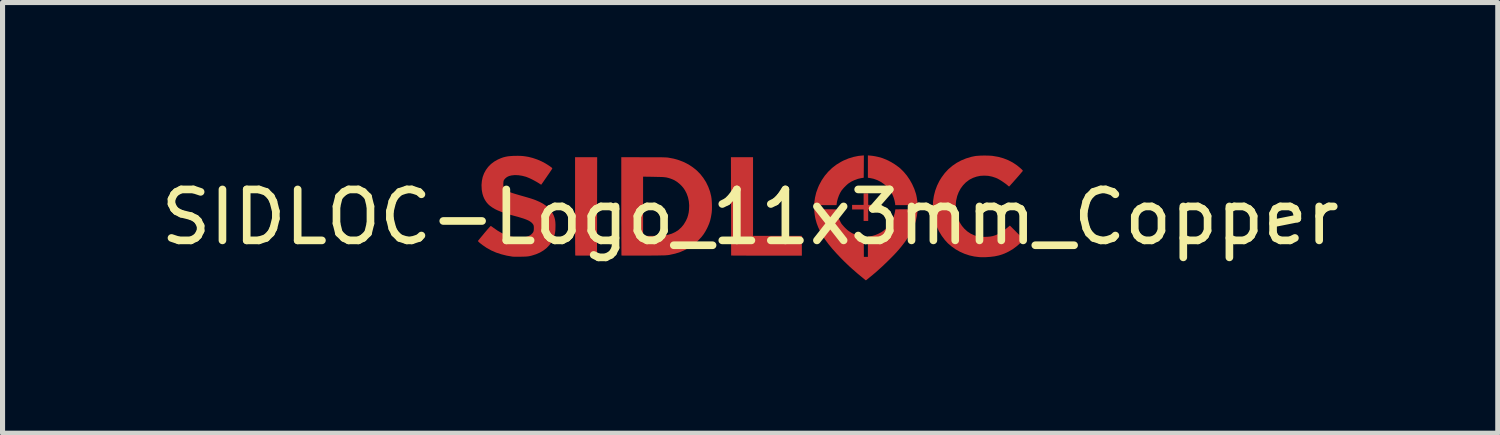
<source format=kicad_pcb>
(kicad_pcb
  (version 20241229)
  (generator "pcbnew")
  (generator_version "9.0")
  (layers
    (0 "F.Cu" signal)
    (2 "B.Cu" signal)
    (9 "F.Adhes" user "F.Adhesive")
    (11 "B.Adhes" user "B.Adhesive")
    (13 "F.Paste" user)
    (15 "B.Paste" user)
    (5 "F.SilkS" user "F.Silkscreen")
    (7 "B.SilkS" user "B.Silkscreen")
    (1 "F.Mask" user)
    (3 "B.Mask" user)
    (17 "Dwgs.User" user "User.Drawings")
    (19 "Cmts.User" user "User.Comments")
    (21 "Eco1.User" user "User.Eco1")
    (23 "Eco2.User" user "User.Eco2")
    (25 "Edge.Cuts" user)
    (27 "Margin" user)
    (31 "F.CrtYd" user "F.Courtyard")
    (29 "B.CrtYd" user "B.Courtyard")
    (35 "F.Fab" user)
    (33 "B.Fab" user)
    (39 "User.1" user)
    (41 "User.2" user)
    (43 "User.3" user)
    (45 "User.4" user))
  (footprint "SIDLOC-Logo_11x3mm_Copper"
    (layer "F.Cu")
    (at 11.673 1.213)
    (property "Reference" "SIDLOC-Logo_11x3mm_Copper" (at 0 0 0) (layer "F.SilkS") (effects (font (size 1 1) (thickness 0.15))))
    (attr exclude_from_pos_files exclude_from_bom)
    (fp_poly (pts (xy 2.316 -0.242) (xy 2.535 -0.242) (xy 2.535 -0.152) (xy 2.316 -0.152) (xy 2.316 0.073) (xy 2.226 0.073) (xy 2.226 -0.152) (xy 2 -0.152) (xy 2 -0.242) (xy 2.226 -0.242) (xy 2.226 -0.468) (xy 2.316 -0.468)) (stroke (width 0) (type solid)) (fill yes) (layer "F.Cu"))
    (fp_poly (pts (xy 0.056 0.366) (xy 1.014 0.366) (xy 1.014 0.755) (xy 0.322 0.755) (xy 0.235 0.755) (xy 0.15 0.755) (xy 0.07 0.755) (xy -0.006 0.755) (xy -0.077 0.754) (xy -0.142 0.754) (xy -0.2 0.754) (xy -0.251 0.753) (xy -0.294 0.753) (xy -0.329 0.753) (xy -0.354 0.752) (xy -0.369 0.752) (xy -0.374 0.751) (xy -0.378 -1.178) (xy 0.056 -1.178)) (stroke (width 0) (type solid)) (fill yes) (layer "F.Cu"))
    (fp_poly (pts (xy -3.005 -0.213) (xy -3.006 0.752) (xy -3.218 0.754) (xy -3.265 0.754) (xy -3.31 0.754) (xy -3.349 0.754) (xy -3.382 0.753) (xy -3.408 0.753) (xy -3.426 0.752) (xy -3.433 0.751) (xy -3.433 0.751) (xy -3.434 0.745) (xy -3.434 0.729) (xy -3.434 0.702) (xy -3.435 0.666) (xy -3.435 0.62) (xy -3.435 0.567) (xy -3.436 0.505) (xy -3.436 0.437) (xy -3.436 0.362) (xy -3.436 0.28) (xy -3.437 0.194) (xy -3.437 0.102) (xy -3.437 0.006) (xy -3.437 -0.093) (xy -3.437 -0.196) (xy -3.437 -0.215) (xy -3.437 -1.178) (xy -3.003 -1.178)) (stroke (width 0) (type solid)) (fill yes) (layer "F.Cu"))
    (fp_poly (pts (xy 2.23 -0.994) (xy 2.228 -0.775) (xy 2.183 -0.768) (xy 2.115 -0.753) (xy 2.049 -0.729) (xy 1.987 -0.7) (xy 1.932 -0.665) (xy 1.929 -0.663) (xy 1.905 -0.643) (xy 1.877 -0.617) (xy 1.848 -0.588) (xy 1.822 -0.559) (xy 1.8 -0.533) (xy 1.792 -0.522) (xy 1.765 -0.477) (xy 1.741 -0.425) (xy 1.721 -0.37) (xy 1.706 -0.316) (xy 1.698 -0.269) (xy 1.694 -0.237) (xy 1.255 -0.237) (xy 1.258 -0.284) (xy 1.272 -0.383) (xy 1.295 -0.481) (xy 1.33 -0.578) (xy 1.353 -0.631) (xy 1.404 -0.726) (xy 1.464 -0.814) (xy 1.532 -0.894) (xy 1.608 -0.967) (xy 1.691 -1.031) (xy 1.781 -1.086) (xy 1.831 -1.112) (xy 1.929 -1.153) (xy 2.026 -1.183) (xy 2.124 -1.203) (xy 2.182 -1.209) (xy 2.231 -1.213)) (stroke (width 0) (type solid)) (fill yes) (layer "F.Cu"))
    (fp_poly (pts (xy 2.359 -1.209) (xy 2.404 -1.204) (xy 2.453 -1.196) (xy 2.505 -1.185) (xy 2.554 -1.173) (xy 2.595 -1.16) (xy 2.675 -1.128) (xy 2.755 -1.088) (xy 2.832 -1.042) (xy 2.904 -0.991) (xy 2.944 -0.959) (xy 3.012 -0.892) (xy 3.075 -0.817) (xy 3.131 -0.735) (xy 3.18 -0.647) (xy 3.221 -0.556) (xy 3.252 -0.463) (xy 3.259 -0.437) (xy 3.264 -0.412) (xy 3.27 -0.382) (xy 3.275 -0.348) (xy 3.28 -0.316) (xy 3.283 -0.287) (xy 3.285 -0.265) (xy 3.285 -0.26) (xy 3.285 -0.237) (xy 2.847 -0.237) (xy 2.844 -0.269) (xy 2.834 -0.322) (xy 2.817 -0.38) (xy 2.795 -0.437) (xy 2.768 -0.49) (xy 2.738 -0.537) (xy 2.736 -0.539) (xy 2.685 -0.598) (xy 2.626 -0.65) (xy 2.562 -0.694) (xy 2.493 -0.729) (xy 2.422 -0.754) (xy 2.37 -0.765) (xy 2.31 -0.775) (xy 2.31 -0.994) (xy 2.31 -1.213)) (stroke (width 0) (type solid)) (fill yes) (layer "F.Cu"))
    (fp_poly (pts (xy 3.283 -0.109) (xy 3.272 -0.024) (xy 3.254 0.059) (xy 3.228 0.142) (xy 3.194 0.225) (xy 3.151 0.31) (xy 3.098 0.396) (xy 3.037 0.485) (xy 2.965 0.578) (xy 2.916 0.637) (xy 2.875 0.683) (xy 2.827 0.735) (xy 2.772 0.791) (xy 2.714 0.849) (xy 2.652 0.909) (xy 2.59 0.968) (xy 2.527 1.025) (xy 2.467 1.079) (xy 2.443 1.099) (xy 2.418 1.12) (xy 2.392 1.142) (xy 2.365 1.164) (xy 2.339 1.185) (xy 2.315 1.205) (xy 2.295 1.221) (xy 2.28 1.233) (xy 2.271 1.239) (xy 2.27 1.239) (xy 2.265 1.236) (xy 2.254 1.227) (xy 2.243 1.218) (xy 2.171 1.159) (xy 2.107 1.106) (xy 2.05 1.056) (xy 1.997 1.01) (xy 1.947 0.965) (xy 1.9 0.92) (xy 1.852 0.874) (xy 1.804 0.826) (xy 1.78 0.802) (xy 1.689 0.706) (xy 1.607 0.614) (xy 1.535 0.526) (xy 1.472 0.441) (xy 1.418 0.358) (xy 1.372 0.277) (xy 1.335 0.198) (xy 1.305 0.119) (xy 1.283 0.04) (xy 1.276 0.009) (xy 1.27 -0.024) (xy 1.265 -0.058) (xy 1.261 -0.09) (xy 1.259 -0.109) (xy 1.255 -0.158) (xy 1.474 -0.156) (xy 1.692 -0.155) (xy 1.7 -0.11) (xy 1.717 -0.035) (xy 1.744 0.038) (xy 1.778 0.105) (xy 1.793 0.13) (xy 1.81 0.151) (xy 1.833 0.177) (xy 1.859 0.205) (xy 1.887 0.232) (xy 1.913 0.256) (xy 1.935 0.273) (xy 2 0.313) (xy 2.071 0.344) (xy 2.145 0.366) (xy 2.185 0.374) (xy 2.228 0.381) (xy 2.23 0.579) (xy 2.231 0.778) (xy 2.31 0.778) (xy 2.31 0.379) (xy 2.347 0.375) (xy 2.4 0.366) (xy 2.457 0.349) (xy 2.515 0.325) (xy 2.569 0.297) (xy 2.606 0.273) (xy 2.628 0.255) (xy 2.655 0.232) (xy 2.682 0.205) (xy 2.709 0.177) (xy 2.732 0.151) (xy 2.748 0.13) (xy 2.785 0.066) (xy 2.815 -0.005) (xy 2.836 -0.08) (xy 2.842 -0.11) (xy 2.849 -0.155) (xy 3.068 -0.156) (xy 3.286 -0.158)) (stroke (width 0) (type solid)) (fill yes) (layer "F.Cu"))
    (fp_poly (pts (xy 4.672 -1.209) (xy 4.718 -1.207) (xy 4.756 -1.204) (xy 4.76 -1.203) (xy 4.867 -1.185) (xy 4.968 -1.157) (xy 5.063 -1.12) (xy 5.152 -1.074) (xy 5.236 -1.018) (xy 5.314 -0.953) (xy 5.333 -0.935) (xy 5.344 -0.923) (xy 5.35 -0.915) (xy 5.35 -0.91) (xy 5.347 -0.904) (xy 5.347 -0.904) (xy 5.335 -0.89) (xy 5.318 -0.87) (xy 5.297 -0.845) (xy 5.273 -0.817) (xy 5.247 -0.787) (xy 5.22 -0.756) (xy 5.192 -0.725) (xy 5.166 -0.695) (xy 5.141 -0.667) (xy 5.119 -0.643) (xy 5.102 -0.623) (xy 5.089 -0.61) (xy 5.083 -0.603) (xy 5.082 -0.603) (xy 5.075 -0.606) (xy 5.063 -0.615) (xy 5.056 -0.622) (xy 5.022 -0.65) (xy 4.983 -0.678) (xy 4.941 -0.707) (xy 4.899 -0.733) (xy 4.86 -0.755) (xy 4.825 -0.771) (xy 4.822 -0.772) (xy 4.747 -0.797) (xy 4.671 -0.812) (xy 4.594 -0.816) (xy 4.518 -0.812) (xy 4.445 -0.797) (xy 4.375 -0.773) (xy 4.31 -0.74) (xy 4.294 -0.73) (xy 4.231 -0.682) (xy 4.177 -0.626) (xy 4.13 -0.562) (xy 4.092 -0.492) (xy 4.063 -0.416) (xy 4.044 -0.334) (xy 4.042 -0.327) (xy 4.036 -0.273) (xy 4.035 -0.215) (xy 4.037 -0.155) (xy 4.043 -0.098) (xy 4.053 -0.05) (xy 4.079 0.03) (xy 4.113 0.103) (xy 4.155 0.169) (xy 4.205 0.228) (xy 4.262 0.279) (xy 4.325 0.321) (xy 4.395 0.354) (xy 4.452 0.373) (xy 4.471 0.378) (xy 4.49 0.381) (xy 4.51 0.384) (xy 4.534 0.385) (xy 4.565 0.386) (xy 4.595 0.386) (xy 4.659 0.384) (xy 4.715 0.379) (xy 4.765 0.369) (xy 4.812 0.354) (xy 4.858 0.334) (xy 4.893 0.315) (xy 4.918 0.3) (xy 4.948 0.28) (xy 4.982 0.256) (xy 5.016 0.23) (xy 5.048 0.205) (xy 5.074 0.183) (xy 5.097 0.164) (xy 5.235 0.302) (xy 5.372 0.44) (xy 5.313 0.497) (xy 5.234 0.567) (xy 5.155 0.626) (xy 5.073 0.674) (xy 4.989 0.714) (xy 4.902 0.744) (xy 4.872 0.752) (xy 4.797 0.768) (xy 4.714 0.778) (xy 4.628 0.784) (xy 4.541 0.785) (xy 4.496 0.783) (xy 4.399 0.771) (xy 4.303 0.75) (xy 4.209 0.719) (xy 4.119 0.679) (xy 4.033 0.631) (xy 3.954 0.575) (xy 3.881 0.513) (xy 3.822 0.449) (xy 3.761 0.368) (xy 3.707 0.28) (xy 3.663 0.188) (xy 3.628 0.093) (xy 3.606 0.007) (xy 3.59 -0.101) (xy 3.584 -0.208) (xy 3.589 -0.314) (xy 3.605 -0.419) (xy 3.631 -0.52) (xy 3.667 -0.618) (xy 3.713 -0.712) (xy 3.755 -0.78) (xy 3.818 -0.865) (xy 3.888 -0.941) (xy 3.965 -1.007) (xy 4.049 -1.065) (xy 4.14 -1.114) (xy 4.237 -1.154) (xy 4.341 -1.185) (xy 4.403 -1.198) (xy 4.435 -1.203) (xy 4.476 -1.206) (xy 4.522 -1.209) (xy 4.572 -1.21) (xy 4.623 -1.21)) (stroke (width 0) (type solid)) (fill yes) (layer "F.Cu"))
    (fp_poly (pts (xy -2.097 -1.177) (xy -2.013 -1.177) (xy -1.939 -1.177) (xy -1.875 -1.177) (xy -1.819 -1.177) (xy -1.772 -1.176) (xy -1.732 -1.176) (xy -1.699 -1.175) (xy -1.671 -1.174) (xy -1.649 -1.173) (xy -1.63 -1.172) (xy -1.615 -1.17) (xy -1.607 -1.169) (xy -1.499 -1.149) (xy -1.396 -1.119) (xy -1.299 -1.081) (xy -1.208 -1.034) (xy -1.125 -0.979) (xy -1.048 -0.917) (xy -0.979 -0.847) (xy -0.919 -0.77) (xy -0.866 -0.687) (xy -0.823 -0.598) (xy -0.788 -0.503) (xy -0.766 -0.413) (xy -0.759 -0.368) (xy -0.754 -0.316) (xy -0.751 -0.259) (xy -0.75 -0.2) (xy -0.751 -0.144) (xy -0.755 -0.094) (xy -0.758 -0.073) (xy -0.77 -0.002) (xy -0.785 0.063) (xy -0.805 0.124) (xy -0.831 0.185) (xy -0.848 0.221) (xy -0.88 0.28) (xy -0.914 0.334) (xy -0.953 0.385) (xy -1 0.436) (xy -1.02 0.457) (xy -1.097 0.527) (xy -1.181 0.588) (xy -1.272 0.639) (xy -1.369 0.682) (xy -1.473 0.715) (xy -1.582 0.739) (xy -1.598 0.742) (xy -1.611 0.743) (xy -1.625 0.745) (xy -1.642 0.746) (xy -1.662 0.748) (xy -1.686 0.749) (xy -1.714 0.75) (xy -1.748 0.75) (xy -1.789 0.751) (xy -1.837 0.752) (xy -1.893 0.752) (xy -1.958 0.753) (xy -2.034 0.753) (xy -2.09 0.753) (xy -2.159 0.754) (xy -2.225 0.754) (xy -2.286 0.754) (xy -2.342 0.754) (xy -2.393 0.754) (xy -2.436 0.754) (xy -2.472 0.753) (xy -2.5 0.753) (xy -2.518 0.752) (xy -2.525 0.752) (xy -2.526 0.752) (xy -2.526 0.746) (xy -2.527 0.729) (xy -2.527 0.702) (xy -2.527 0.666) (xy -2.528 0.621) (xy -2.528 0.567) (xy -2.528 0.506) (xy -2.529 0.437) (xy -2.529 0.362) (xy -2.529 0.28) (xy -2.529 0.194) (xy -2.53 0.102) (xy -2.53 0.006) (xy -2.53 -0.094) (xy -2.53 -0.196) (xy -2.53 -0.796) (xy -2.102 -0.796) (xy -2.102 0.366) (xy -1.927 0.366) (xy -1.88 0.366) (xy -1.835 0.365) (xy -1.792 0.365) (xy -1.755 0.363) (xy -1.724 0.362) (xy -1.702 0.361) (xy -1.698 0.36) (xy -1.615 0.346) (xy -1.539 0.323) (xy -1.47 0.291) (xy -1.408 0.251) (xy -1.353 0.201) (xy -1.305 0.143) (xy -1.264 0.075) (xy -1.256 0.059) (xy -1.234 0.01) (xy -1.219 -0.039) (xy -1.207 -0.091) (xy -1.2 -0.149) (xy -1.197 -0.232) (xy -1.204 -0.313) (xy -1.221 -0.392) (xy -1.248 -0.466) (xy -1.254 -0.478) (xy -1.28 -0.528) (xy -1.308 -0.57) (xy -1.341 -0.61) (xy -1.376 -0.645) (xy -1.434 -0.693) (xy -1.495 -0.73) (xy -1.558 -0.756) (xy -1.583 -0.764) (xy -1.605 -0.771) (xy -1.626 -0.776) (xy -1.648 -0.781) (xy -1.672 -0.784) (xy -1.7 -0.787) (xy -1.732 -0.789) (xy -1.772 -0.79) (xy -1.819 -0.791) (xy -1.875 -0.792) (xy -1.895 -0.793) (xy -2.102 -0.796) (xy -2.53 -0.796) (xy -2.53 -1.178)) (stroke (width 0) (type solid)) (fill yes) (layer "F.Cu"))
    (fp_poly (pts (xy -4.513 -1.204) (xy -4.465 -1.201) (xy -4.418 -1.195) (xy -4.368 -1.187) (xy -4.347 -1.183) (xy -4.265 -1.162) (xy -4.18 -1.133) (xy -4.096 -1.097) (xy -4.017 -1.055) (xy -3.964 -1.022) (xy -3.933 -1.001) (xy -3.91 -0.985) (xy -3.895 -0.973) (xy -3.887 -0.964) (xy -3.884 -0.957) (xy -3.885 -0.954) (xy -3.888 -0.948) (xy -3.897 -0.934) (xy -3.911 -0.913) (xy -3.928 -0.888) (xy -3.948 -0.858) (xy -3.97 -0.827) (xy -3.992 -0.794) (xy -4.015 -0.761) (xy -4.036 -0.731) (xy -4.055 -0.703) (xy -4.071 -0.68) (xy -4.083 -0.663) (xy -4.089 -0.655) (xy -4.102 -0.637) (xy -4.151 -0.669) (xy -4.191 -0.693) (xy -4.236 -0.718) (xy -4.283 -0.743) (xy -4.33 -0.765) (xy -4.373 -0.783) (xy -4.402 -0.794) (xy -4.475 -0.813) (xy -4.548 -0.824) (xy -4.618 -0.827) (xy -4.629 -0.826) (xy -4.685 -0.82) (xy -4.733 -0.808) (xy -4.773 -0.789) (xy -4.805 -0.763) (xy -4.826 -0.739) (xy -4.834 -0.726) (xy -4.839 -0.714) (xy -4.842 -0.7) (xy -4.844 -0.679) (xy -4.845 -0.663) (xy -4.845 -0.638) (xy -4.845 -0.62) (xy -4.842 -0.606) (xy -4.836 -0.592) (xy -4.83 -0.58) (xy -4.811 -0.552) (xy -4.784 -0.529) (xy -4.771 -0.52) (xy -4.757 -0.511) (xy -4.742 -0.504) (xy -4.725 -0.496) (xy -4.705 -0.488) (xy -4.68 -0.479) (xy -4.65 -0.469) (xy -4.614 -0.458) (xy -4.571 -0.445) (xy -4.52 -0.43) (xy -4.46 -0.413) (xy -4.393 -0.394) (xy -4.296 -0.365) (xy -4.209 -0.334) (xy -4.133 -0.301) (xy -4.067 -0.266) (xy -4.009 -0.227) (xy -3.96 -0.186) (xy -3.919 -0.141) (xy -3.885 -0.092) (xy -3.858 -0.039) (xy -3.855 -0.033) (xy -3.841 0.007) (xy -3.83 0.049) (xy -3.824 0.094) (xy -3.821 0.145) (xy -3.822 0.2) (xy -3.823 0.24) (xy -3.825 0.271) (xy -3.829 0.298) (xy -3.833 0.323) (xy -3.839 0.344) (xy -3.864 0.419) (xy -3.898 0.487) (xy -3.942 0.548) (xy -3.994 0.603) (xy -4.055 0.651) (xy -4.125 0.693) (xy -4.203 0.727) (xy -4.289 0.754) (xy -4.323 0.762) (xy -4.343 0.766) (xy -4.363 0.769) (xy -4.386 0.771) (xy -4.414 0.773) (xy -4.448 0.774) (xy -4.491 0.775) (xy -4.51 0.775) (xy -4.549 0.775) (xy -4.585 0.775) (xy -4.616 0.775) (xy -4.641 0.775) (xy -4.657 0.774) (xy -4.662 0.774) (xy -4.778 0.754) (xy -4.886 0.727) (xy -4.986 0.694) (xy -5.08 0.653) (xy -5.169 0.604) (xy -5.254 0.546) (xy -5.295 0.514) (xy -5.32 0.493) (xy -5.336 0.477) (xy -5.343 0.468) (xy -5.343 0.465) (xy -5.338 0.459) (xy -5.327 0.446) (xy -5.311 0.426) (xy -5.29 0.4) (xy -5.266 0.371) (xy -5.238 0.338) (xy -5.218 0.313) (xy -5.185 0.274) (xy -5.156 0.24) (xy -5.131 0.212) (xy -5.112 0.191) (xy -5.098 0.177) (xy -5.091 0.172) (xy -5.09 0.171) (xy -5.082 0.176) (xy -5.068 0.186) (xy -5.05 0.199) (xy -5.042 0.205) (xy -4.957 0.264) (xy -4.873 0.312) (xy -4.79 0.349) (xy -4.707 0.376) (xy -4.624 0.393) (xy -4.539 0.4) (xy -4.521 0.4) (xy -4.454 0.397) (xy -4.396 0.386) (xy -4.347 0.369) (xy -4.306 0.345) (xy -4.294 0.335) (xy -4.272 0.312) (xy -4.257 0.29) (xy -4.249 0.265) (xy -4.246 0.233) (xy -4.246 0.217) (xy -4.246 0.191) (xy -4.248 0.173) (xy -4.251 0.16) (xy -4.257 0.146) (xy -4.261 0.14) (xy -4.276 0.12) (xy -4.296 0.101) (xy -4.322 0.082) (xy -4.354 0.064) (xy -4.395 0.046) (xy -4.443 0.028) (xy -4.501 0.01) (xy -4.568 -0.01) (xy -4.629 -0.026) (xy -4.724 -0.052) (xy -4.81 -0.078) (xy -4.885 -0.105) (xy -4.952 -0.132) (xy -5.01 -0.16) (xy -5.06 -0.19) (xy -5.104 -0.221) (xy -5.142 -0.255) (xy -5.174 -0.292) (xy -5.201 -0.332) (xy -5.217 -0.36) (xy -5.238 -0.408) (xy -5.254 -0.459) (xy -5.265 -0.517) (xy -5.269 -0.546) (xy -5.273 -0.631) (xy -5.266 -0.712) (xy -5.25 -0.789) (xy -5.223 -0.861) (xy -5.187 -0.927) (xy -5.142 -0.988) (xy -5.088 -1.043) (xy -5.025 -1.091) (xy -4.953 -1.132) (xy -4.891 -1.159) (xy -4.846 -1.175) (xy -4.802 -1.186) (xy -4.755 -1.195) (xy -4.703 -1.2) (xy -4.643 -1.204) (xy -4.625 -1.204) (xy -4.565 -1.205)) (stroke (width 0) (type solid)) (fill yes) (layer "F.Cu")))
  (gr_rect
    (start -3 -3)
    (end 26.345 5.452)
    (stroke (width 0.1) (type default))
    (fill no)
    (layer "Edge.Cuts")))
</source>
